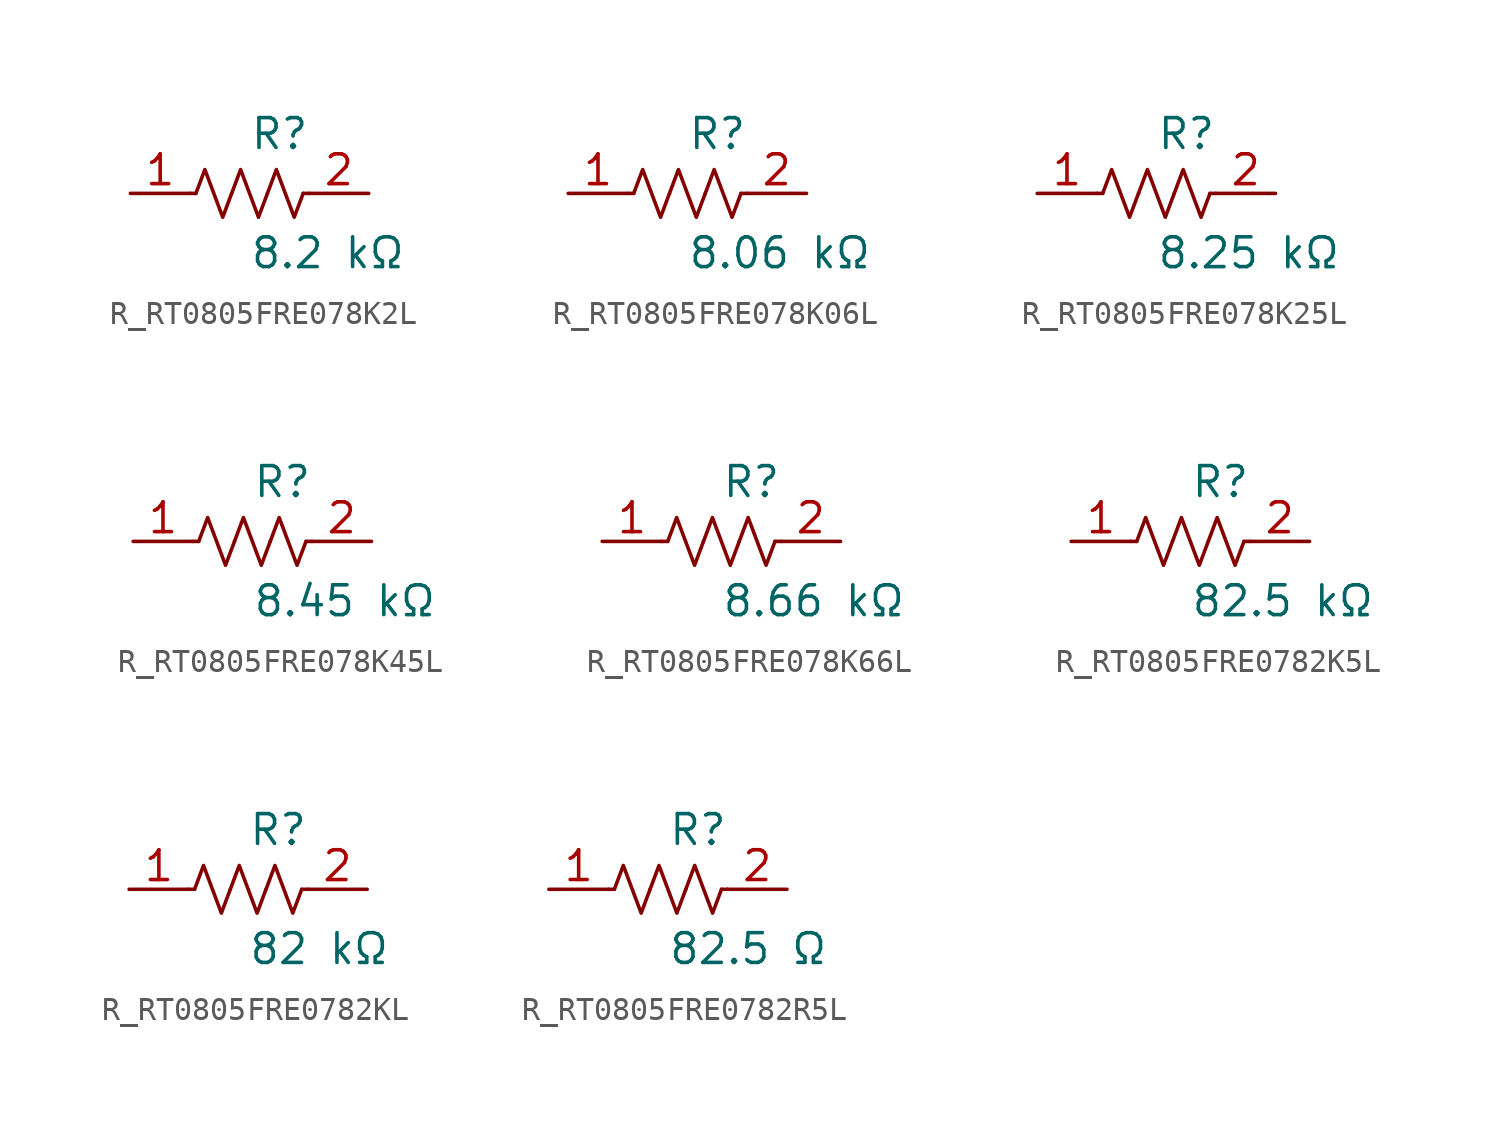
<source format=kicad_sym>
(kicad_symbol_lib
  (version 20231120)
  (generator kicad_symbol_editor)
  (generator_version 8.0)
  (symbol "R_RT0805FRE078K2L"
    (pin_names
      (offset 0.254))
    (property "Reference" "R"
      (at 0 2.54 0)
      (effects (font (size 1.27 1.27)) (justify left)))
    (property "Value" "8.2 kΩ"
      (at 0 -2.54 0)
      (effects (font (size 1.27 1.27)) (justify left)))
    (symbol "R_RT0805FRE078K2L_0_1"
      (polyline (pts (xy 2.286 0) (xy 2.54 0)) (stroke (width 0) (type default)) (fill (type none)))
      (polyline (pts (xy -2.286 0) (xy -2.54 0)) (stroke (width 0) (type default)) (fill (type none)))
      (polyline (pts (xy 0.762 0) (xy 1.143 1.016) (xy 1.524 0) (xy 1.905 -1.016) (xy 2.286 0)) (stroke (width 0) (type default)) (fill (type none)))
      (polyline (pts (xy -0.762 0) (xy -0.381 1.016) (xy 0 0) (xy 0.381 -1.016) (xy 0.762 0)) (stroke (width 0) (type default)) (fill (type none)))
      (polyline (pts (xy -2.286 0) (xy -1.905 1.016) (xy -1.524 0) (xy -1.143 -1.016) (xy -0.762 0)) (stroke (width 0) (type default)) (fill (type none))))
    (pin passive line
      (at -5.08 0 0)
      (length 2.54)
      (name "" (effects (font (size 1.27 1.27))))
      (number "1" (effects (font (size 1.27 1.27)))))
    (pin passive line
      (at 5.08 0 180)
      (length 2.54)
      (name "" (effects (font (size 1.27 1.27))))
      (number "2" (effects (font (size 1.27 1.27))))))
  (symbol "R_RT0805FRE078K06L"
    (pin_names
      (offset 0.254))
    (property "Reference" "R"
      (at 0 2.54 0)
      (effects (font (size 1.27 1.27)) (justify left)))
    (property "Value" "8.06 kΩ"
      (at 0 -2.54 0)
      (effects (font (size 1.27 1.27)) (justify left)))
    (symbol "R_RT0805FRE078K06L_0_1"
      (polyline (pts (xy 2.286 0) (xy 2.54 0)) (stroke (width 0) (type default)) (fill (type none)))
      (polyline (pts (xy -2.286 0) (xy -2.54 0)) (stroke (width 0) (type default)) (fill (type none)))
      (polyline (pts (xy 0.762 0) (xy 1.143 1.016) (xy 1.524 0) (xy 1.905 -1.016) (xy 2.286 0)) (stroke (width 0) (type default)) (fill (type none)))
      (polyline (pts (xy -0.762 0) (xy -0.381 1.016) (xy 0 0) (xy 0.381 -1.016) (xy 0.762 0)) (stroke (width 0) (type default)) (fill (type none)))
      (polyline (pts (xy -2.286 0) (xy -1.905 1.016) (xy -1.524 0) (xy -1.143 -1.016) (xy -0.762 0)) (stroke (width 0) (type default)) (fill (type none))))
    (pin passive line
      (at -5.08 0 0)
      (length 2.54)
      (name "" (effects (font (size 1.27 1.27))))
      (number "1" (effects (font (size 1.27 1.27)))))
    (pin passive line
      (at 5.08 0 180)
      (length 2.54)
      (name "" (effects (font (size 1.27 1.27))))
      (number "2" (effects (font (size 1.27 1.27))))))
  (symbol "R_RT0805FRE078K25L"
    (pin_names
      (offset 0.254))
    (property "Reference" "R"
      (at 0 2.54 0)
      (effects (font (size 1.27 1.27)) (justify left)))
    (property "Value" "8.25 kΩ"
      (at 0 -2.54 0)
      (effects (font (size 1.27 1.27)) (justify left)))
    (symbol "R_RT0805FRE078K25L_0_1"
      (polyline (pts (xy 2.286 0) (xy 2.54 0)) (stroke (width 0) (type default)) (fill (type none)))
      (polyline (pts (xy -2.286 0) (xy -2.54 0)) (stroke (width 0) (type default)) (fill (type none)))
      (polyline (pts (xy 0.762 0) (xy 1.143 1.016) (xy 1.524 0) (xy 1.905 -1.016) (xy 2.286 0)) (stroke (width 0) (type default)) (fill (type none)))
      (polyline (pts (xy -0.762 0) (xy -0.381 1.016) (xy 0 0) (xy 0.381 -1.016) (xy 0.762 0)) (stroke (width 0) (type default)) (fill (type none)))
      (polyline (pts (xy -2.286 0) (xy -1.905 1.016) (xy -1.524 0) (xy -1.143 -1.016) (xy -0.762 0)) (stroke (width 0) (type default)) (fill (type none))))
    (pin passive line
      (at -5.08 0 0)
      (length 2.54)
      (name "" (effects (font (size 1.27 1.27))))
      (number "1" (effects (font (size 1.27 1.27)))))
    (pin passive line
      (at 5.08 0 180)
      (length 2.54)
      (name "" (effects (font (size 1.27 1.27))))
      (number "2" (effects (font (size 1.27 1.27))))))
  (symbol "R_RT0805FRE078K45L"
    (pin_names
      (offset 0.254))
    (property "Reference" "R"
      (at 0 2.54 0)
      (effects (font (size 1.27 1.27)) (justify left)))
    (property "Value" "8.45 kΩ"
      (at 0 -2.54 0)
      (effects (font (size 1.27 1.27)) (justify left)))
    (symbol "R_RT0805FRE078K45L_0_1"
      (polyline (pts (xy 2.286 0) (xy 2.54 0)) (stroke (width 0) (type default)) (fill (type none)))
      (polyline (pts (xy -2.286 0) (xy -2.54 0)) (stroke (width 0) (type default)) (fill (type none)))
      (polyline (pts (xy 0.762 0) (xy 1.143 1.016) (xy 1.524 0) (xy 1.905 -1.016) (xy 2.286 0)) (stroke (width 0) (type default)) (fill (type none)))
      (polyline (pts (xy -0.762 0) (xy -0.381 1.016) (xy 0 0) (xy 0.381 -1.016) (xy 0.762 0)) (stroke (width 0) (type default)) (fill (type none)))
      (polyline (pts (xy -2.286 0) (xy -1.905 1.016) (xy -1.524 0) (xy -1.143 -1.016) (xy -0.762 0)) (stroke (width 0) (type default)) (fill (type none))))
    (pin passive line
      (at -5.08 0 0)
      (length 2.54)
      (name "" (effects (font (size 1.27 1.27))))
      (number "1" (effects (font (size 1.27 1.27)))))
    (pin passive line
      (at 5.08 0 180)
      (length 2.54)
      (name "" (effects (font (size 1.27 1.27))))
      (number "2" (effects (font (size 1.27 1.27))))))
  (symbol "R_RT0805FRE078K66L"
    (pin_names
      (offset 0.254))
    (property "Reference" "R"
      (at 0 2.54 0)
      (effects (font (size 1.27 1.27)) (justify left)))
    (property "Value" "8.66 kΩ"
      (at 0 -2.54 0)
      (effects (font (size 1.27 1.27)) (justify left)))
    (symbol "R_RT0805FRE078K66L_0_1"
      (polyline (pts (xy 2.286 0) (xy 2.54 0)) (stroke (width 0) (type default)) (fill (type none)))
      (polyline (pts (xy -2.286 0) (xy -2.54 0)) (stroke (width 0) (type default)) (fill (type none)))
      (polyline (pts (xy 0.762 0) (xy 1.143 1.016) (xy 1.524 0) (xy 1.905 -1.016) (xy 2.286 0)) (stroke (width 0) (type default)) (fill (type none)))
      (polyline (pts (xy -0.762 0) (xy -0.381 1.016) (xy 0 0) (xy 0.381 -1.016) (xy 0.762 0)) (stroke (width 0) (type default)) (fill (type none)))
      (polyline (pts (xy -2.286 0) (xy -1.905 1.016) (xy -1.524 0) (xy -1.143 -1.016) (xy -0.762 0)) (stroke (width 0) (type default)) (fill (type none))))
    (pin passive line
      (at -5.08 0 0)
      (length 2.54)
      (name "" (effects (font (size 1.27 1.27))))
      (number "1" (effects (font (size 1.27 1.27)))))
    (pin passive line
      (at 5.08 0 180)
      (length 2.54)
      (name "" (effects (font (size 1.27 1.27))))
      (number "2" (effects (font (size 1.27 1.27))))))
  (symbol "R_RT0805FRE0782K5L"
    (pin_names
      (offset 0.254))
    (property "Reference" "R"
      (at 0 2.54 0)
      (effects (font (size 1.27 1.27)) (justify left)))
    (property "Value" "82.5 kΩ"
      (at 0 -2.54 0)
      (effects (font (size 1.27 1.27)) (justify left)))
    (symbol "R_RT0805FRE0782K5L_0_1"
      (polyline (pts (xy 2.286 0) (xy 2.54 0)) (stroke (width 0) (type default)) (fill (type none)))
      (polyline (pts (xy -2.286 0) (xy -2.54 0)) (stroke (width 0) (type default)) (fill (type none)))
      (polyline (pts (xy 0.762 0) (xy 1.143 1.016) (xy 1.524 0) (xy 1.905 -1.016) (xy 2.286 0)) (stroke (width 0) (type default)) (fill (type none)))
      (polyline (pts (xy -0.762 0) (xy -0.381 1.016) (xy 0 0) (xy 0.381 -1.016) (xy 0.762 0)) (stroke (width 0) (type default)) (fill (type none)))
      (polyline (pts (xy -2.286 0) (xy -1.905 1.016) (xy -1.524 0) (xy -1.143 -1.016) (xy -0.762 0)) (stroke (width 0) (type default)) (fill (type none))))
    (pin passive line
      (at -5.08 0 0)
      (length 2.54)
      (name "" (effects (font (size 1.27 1.27))))
      (number "1" (effects (font (size 1.27 1.27)))))
    (pin passive line
      (at 5.08 0 180)
      (length 2.54)
      (name "" (effects (font (size 1.27 1.27))))
      (number "2" (effects (font (size 1.27 1.27))))))
  (symbol "R_RT0805FRE0782KL"
    (pin_names
      (offset 0.254))
    (property "Reference" "R"
      (at 0 2.54 0)
      (effects (font (size 1.27 1.27)) (justify left)))
    (property "Value" "82 kΩ"
      (at 0 -2.54 0)
      (effects (font (size 1.27 1.27)) (justify left)))
    (symbol "R_RT0805FRE0782KL_0_1"
      (polyline (pts (xy 2.286 0) (xy 2.54 0)) (stroke (width 0) (type default)) (fill (type none)))
      (polyline (pts (xy -2.286 0) (xy -2.54 0)) (stroke (width 0) (type default)) (fill (type none)))
      (polyline (pts (xy 0.762 0) (xy 1.143 1.016) (xy 1.524 0) (xy 1.905 -1.016) (xy 2.286 0)) (stroke (width 0) (type default)) (fill (type none)))
      (polyline (pts (xy -0.762 0) (xy -0.381 1.016) (xy 0 0) (xy 0.381 -1.016) (xy 0.762 0)) (stroke (width 0) (type default)) (fill (type none)))
      (polyline (pts (xy -2.286 0) (xy -1.905 1.016) (xy -1.524 0) (xy -1.143 -1.016) (xy -0.762 0)) (stroke (width 0) (type default)) (fill (type none))))
    (pin passive line
      (at -5.08 0 0)
      (length 2.54)
      (name "" (effects (font (size 1.27 1.27))))
      (number "1" (effects (font (size 1.27 1.27)))))
    (pin passive line
      (at 5.08 0 180)
      (length 2.54)
      (name "" (effects (font (size 1.27 1.27))))
      (number "2" (effects (font (size 1.27 1.27))))))
  (symbol "R_RT0805FRE0782R5L"
    (pin_names
      (offset 0.254))
    (property "Reference" "R"
      (at 0 2.54 0)
      (effects (font (size 1.27 1.27)) (justify left)))
    (property "Value" "82.5 Ω"
      (at 0 -2.54 0)
      (effects (font (size 1.27 1.27)) (justify left)))
    (symbol "R_RT0805FRE0782R5L_0_1"
      (polyline (pts (xy 2.286 0) (xy 2.54 0)) (stroke (width 0) (type default)) (fill (type none)))
      (polyline (pts (xy -2.286 0) (xy -2.54 0)) (stroke (width 0) (type default)) (fill (type none)))
      (polyline (pts (xy 0.762 0) (xy 1.143 1.016) (xy 1.524 0) (xy 1.905 -1.016) (xy 2.286 0)) (stroke (width 0) (type default)) (fill (type none)))
      (polyline (pts (xy -0.762 0) (xy -0.381 1.016) (xy 0 0) (xy 0.381 -1.016) (xy 0.762 0)) (stroke (width 0) (type default)) (fill (type none)))
      (polyline (pts (xy -2.286 0) (xy -1.905 1.016) (xy -1.524 0) (xy -1.143 -1.016) (xy -0.762 0)) (stroke (width 0) (type default)) (fill (type none))))
    (pin passive line
      (at -5.08 0 0)
      (length 2.54)
      (name "" (effects (font (size 1.27 1.27))))
      (number "1" (effects (font (size 1.27 1.27)))))
    (pin passive line
      (at 5.08 0 180)
      (length 2.54)
      (name "" (effects (font (size 1.27 1.27))))
      (number "2" (effects (font (size 1.27 1.27)))))))
</source>
